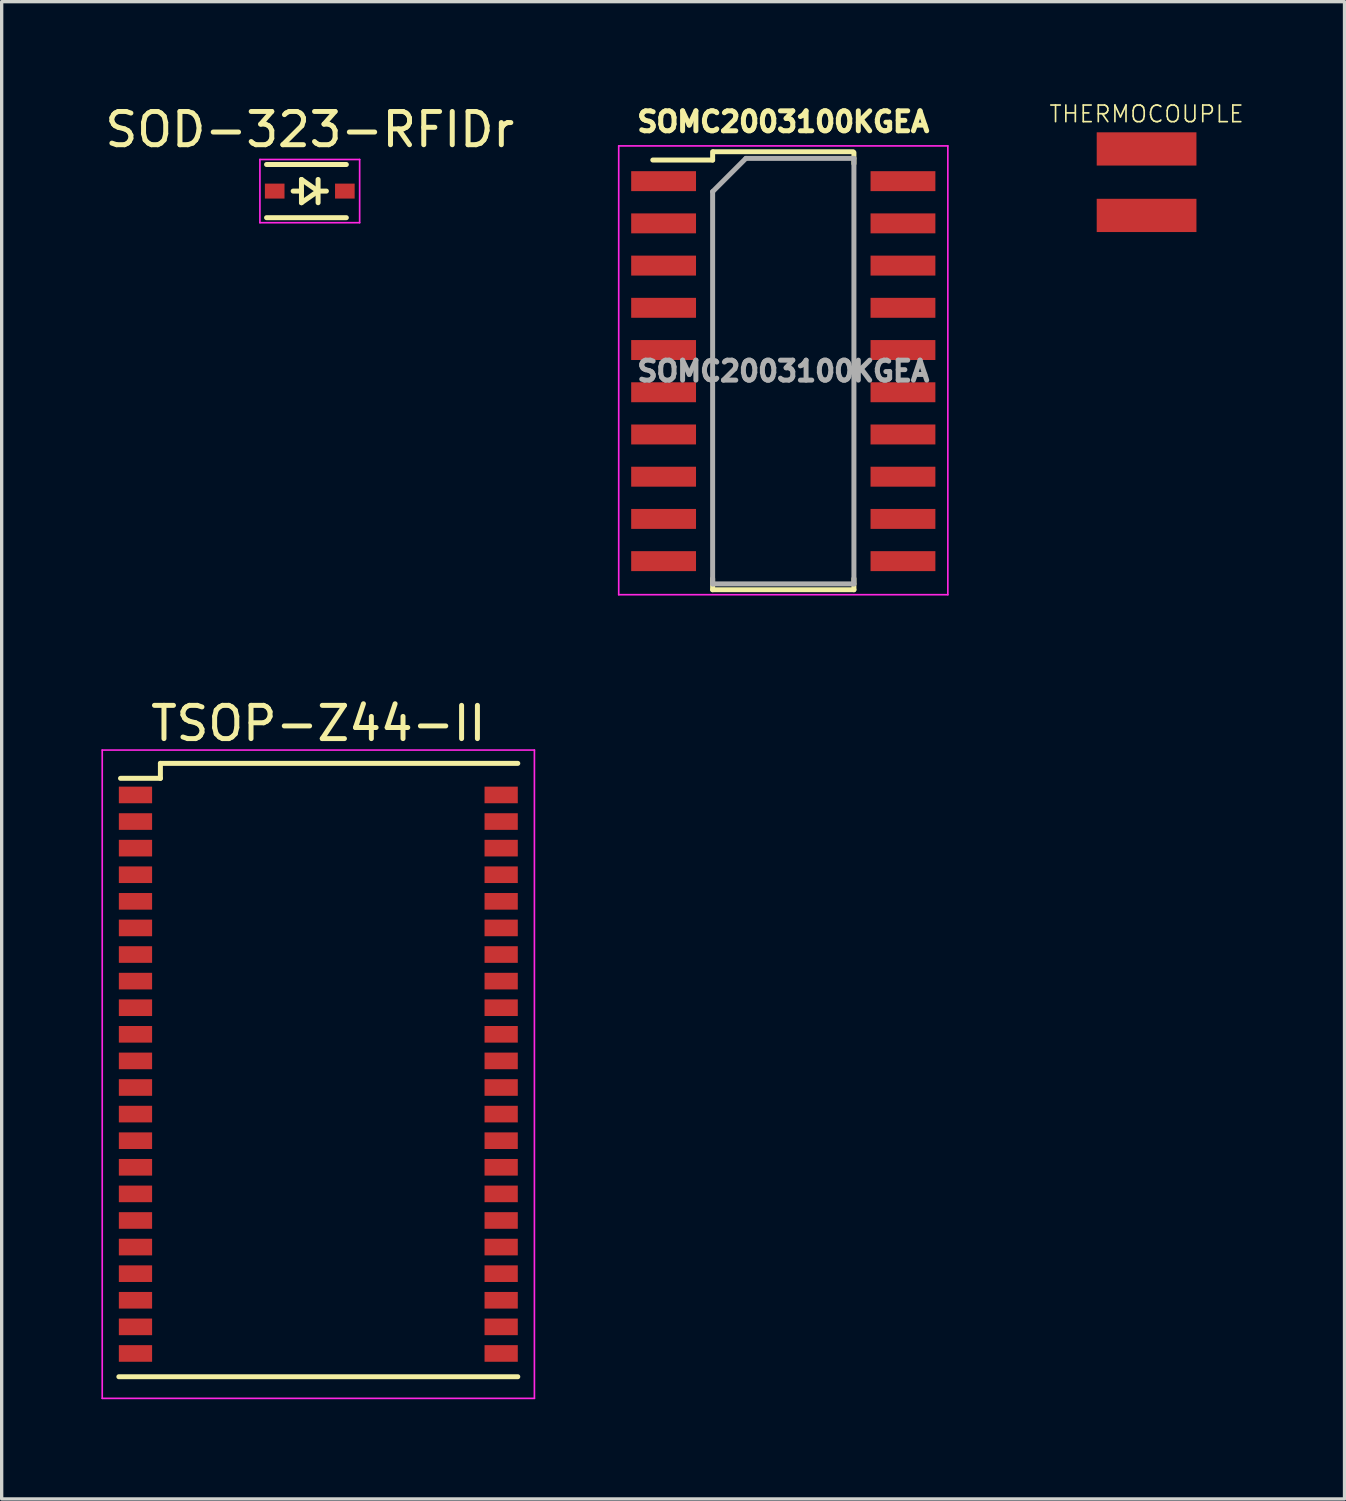
<source format=kicad_pcb>
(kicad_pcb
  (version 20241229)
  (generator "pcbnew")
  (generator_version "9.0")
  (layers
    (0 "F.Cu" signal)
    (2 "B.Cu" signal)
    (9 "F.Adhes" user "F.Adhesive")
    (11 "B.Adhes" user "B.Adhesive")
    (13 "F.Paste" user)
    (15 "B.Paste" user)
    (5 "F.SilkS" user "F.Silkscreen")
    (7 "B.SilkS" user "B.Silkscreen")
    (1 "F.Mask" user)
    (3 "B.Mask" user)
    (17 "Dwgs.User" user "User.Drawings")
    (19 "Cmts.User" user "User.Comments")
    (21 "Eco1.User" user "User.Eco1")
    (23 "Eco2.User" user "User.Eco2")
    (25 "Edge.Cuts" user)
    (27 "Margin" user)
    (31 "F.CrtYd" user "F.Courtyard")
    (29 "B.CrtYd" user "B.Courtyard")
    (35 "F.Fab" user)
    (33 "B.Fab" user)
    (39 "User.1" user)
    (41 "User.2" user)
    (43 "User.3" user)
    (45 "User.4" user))
  (footprint "SOMC2003100KGEA"
    (layer "F.Cu")
    (at 20.511 8.114)
    (property "Reference" "SOMC2003100KGEA" (at 0 -7.5 0) (layer "F.SilkS") (effects (font (size 0.6 0.6) (thickness 0.15))))
    (attr smd)
    (fp_line (start -2.125 -6.6) (end -2.125 -6.35) (stroke (width 0.15) (type solid)) (layer "F.SilkS"))
    (fp_line (start -2.125 -6.35) (end -3.925 -6.35) (stroke (width 0.15) (type solid)) (layer "F.SilkS"))
    (fp_line (start -2.125 6.575) (end -2.125 6.24) (stroke (width 0.15) (type solid)) (layer "F.SilkS"))
    (fp_line (start -2.125 6.575) (end 2.125 6.575) (stroke (width 0.15) (type solid)) (layer "F.SilkS"))
    (fp_line (start -2.1 -6.6) (end 2.1 -6.6) (stroke (width 0.15) (type solid)) (layer "F.SilkS"))
    (fp_line (start 2.125 -6.575) (end 2.125 -6.24) (stroke (width 0.15) (type solid)) (layer "F.SilkS"))
    (fp_line (start 2.125 6.575) (end 2.125 6.24) (stroke (width 0.15) (type solid)) (layer "F.SilkS"))
    (fp_line (start -4.95 -6.775) (end -4.95 6.725) (stroke (width 0.05) (type solid)) (layer "F.CrtYd"))
    (fp_line (start -4.95 -6.775) (end 4.95 -6.775) (stroke (width 0.05) (type solid)) (layer "F.CrtYd"))
    (fp_line (start -4.95 6.725) (end 4.95 6.725) (stroke (width 0.05) (type solid)) (layer "F.CrtYd"))
    (fp_line (start 4.95 -6.775) (end 4.95 6.725) (stroke (width 0.05) (type solid)) (layer "F.CrtYd"))
    (fp_line (start -2.125 -5.4) (end -1.125 -6.4) (stroke (width 0.15) (type solid)) (layer "F.Fab"))
    (fp_line (start -2.125 6.4) (end -2.125 -5.4) (stroke (width 0.15) (type solid)) (layer "F.Fab"))
    (fp_line (start -1.125 -6.4) (end 2.125 -6.4) (stroke (width 0.15) (type solid)) (layer "F.Fab"))
    (fp_line (start 2.125 -6.4) (end 2.125 6.4) (stroke (width 0.15) (type solid)) (layer "F.Fab"))
    (fp_line (start 2.125 6.4) (end -2.125 6.4) (stroke (width 0.15) (type solid)) (layer "F.Fab"))
    (fp_text user "${REFERENCE}" (at 0 0 0) (layer "F.Fab") (effects (font (size 0.6 0.6) (thickness 0.15))))
    (pad "1" smd rect (at -3.6 -5.715) (size 1.95 0.6) (layers "F.Cu" "F.Mask" "F.Paste"))
    (pad "2" smd rect (at -3.6 -4.445) (size 1.95 0.6) (layers "F.Cu" "F.Mask" "F.Paste"))
    (pad "3" smd rect (at -3.6 -3.175) (size 1.95 0.6) (layers "F.Cu" "F.Mask" "F.Paste"))
    (pad "4" smd rect (at -3.6 -1.905) (size 1.95 0.6) (layers "F.Cu" "F.Mask" "F.Paste"))
    (pad "5" smd rect (at -3.6 -0.635) (size 1.95 0.6) (layers "F.Cu" "F.Mask" "F.Paste"))
    (pad "6" smd rect (at -3.6 0.635) (size 1.95 0.6) (layers "F.Cu" "F.Mask" "F.Paste"))
    (pad "7" smd rect (at -3.6 1.905) (size 1.95 0.6) (layers "F.Cu" "F.Mask" "F.Paste"))
    (pad "8" smd rect (at -3.6 3.175) (size 1.95 0.6) (layers "F.Cu" "F.Mask" "F.Paste"))
    (pad "9" smd rect (at -3.6 4.445) (size 1.95 0.6) (layers "F.Cu" "F.Mask" "F.Paste"))
    (pad "10" smd rect (at -3.6 5.715) (size 1.95 0.6) (layers "F.Cu" "F.Mask" "F.Paste"))
    (pad "11" smd rect (at 3.6 5.715) (size 1.95 0.6) (layers "F.Cu" "F.Mask" "F.Paste"))
    (pad "12" smd rect (at 3.6 4.445) (size 1.95 0.6) (layers "F.Cu" "F.Mask" "F.Paste"))
    (pad "13" smd rect (at 3.6 3.175) (size 1.95 0.6) (layers "F.Cu" "F.Mask" "F.Paste"))
    (pad "14" smd rect (at 3.6 1.905) (size 1.95 0.6) (layers "F.Cu" "F.Mask" "F.Paste"))
    (pad "15" smd rect (at 3.6 0.635) (size 1.95 0.6) (layers "F.Cu" "F.Mask" "F.Paste"))
    (pad "16" smd rect (at 3.6 -0.635) (size 1.95 0.6) (layers "F.Cu" "F.Mask" "F.Paste"))
    (pad "17" smd rect (at 3.6 -1.905) (size 1.95 0.6) (layers "F.Cu" "F.Mask" "F.Paste"))
    (pad "18" smd rect (at 3.6 -3.175) (size 1.95 0.6) (layers "F.Cu" "F.Mask" "F.Paste"))
    (pad "19" smd rect (at 3.6 -4.445) (size 1.95 0.6) (layers "F.Cu" "F.Mask" "F.Paste"))
    (pad "20" smd rect (at 3.6 -5.715) (size 1.95 0.6) (layers "F.Cu" "F.Mask" "F.Paste")))
  (footprint "SOD-323-RFIDr"
    (layer "F.Cu")
    (at 6.268 2.698)
    (property "Reference" "SOD-323-RFIDr" (at 0 -1.85 0) (layer "F.SilkS") (effects (font (size 1 1) (thickness 0.15))))
    (attr smd)
    (fp_line (start -1.3 -0.8) (end 1.1 -0.8) (stroke (width 0.15) (type solid)) (layer "F.SilkS"))
    (fp_line (start -1.3 0.8) (end 1.1 0.8) (stroke (width 0.15) (type solid)) (layer "F.SilkS"))
    (fp_line (start -0.25 -0.35) (end -0.25 0.35) (stroke (width 0.15) (type solid)) (layer "F.SilkS"))
    (fp_line (start -0.25 0) (end -0.5 0) (stroke (width 0.15) (type solid)) (layer "F.SilkS"))
    (fp_line (start -0.25 0.35) (end 0.25 0) (stroke (width 0.15) (type solid)) (layer "F.SilkS"))
    (fp_line (start 0.25 -0.35) (end 0.25 0.35) (stroke (width 0.15) (type solid)) (layer "F.SilkS"))
    (fp_line (start 0.25 0) (end -0.25 -0.35) (stroke (width 0.15) (type solid)) (layer "F.SilkS"))
    (fp_line (start 0.25 0) (end 0.5 0) (stroke (width 0.15) (type solid)) (layer "F.SilkS"))
    (fp_line (start -1.5 -0.95) (end -1.5 0.95) (stroke (width 0.05) (type solid)) (layer "F.CrtYd"))
    (fp_line (start -1.5 -0.95) (end 1.5 -0.95) (stroke (width 0.05) (type solid)) (layer "F.CrtYd"))
    (fp_line (start -1.5 0.95) (end 1.5 0.95) (stroke (width 0.05) (type solid)) (layer "F.CrtYd"))
    (fp_line (start 1.5 -0.95) (end 1.5 0.95) (stroke (width 0.05) (type solid)) (layer "F.CrtYd"))
    (pad "1" smd rect (at -1.055 0) (size 0.59 0.45) (layers "F.Cu" "F.Mask" "F.Paste"))
    (pad "2" smd rect (at 1.055 0) (size 0.59 0.45) (layers "F.Cu" "F.Mask" "F.Paste")))
  (footprint "TSOP-Z44-II"
    (layer "F.Cu")
    (at 6.525 29.262)
    (property "Reference" "TSOP-Z44-II" (at 0 -10.55 0) (layer "F.SilkS") (effects (font (size 1 1) (thickness 0.15))))
    (attr smd)
    (fp_line (start -6 9.1) (end 6 9.1) (stroke (width 0.15) (type solid)) (layer "F.SilkS"))
    (fp_line (start -5.95 -8.9) (end -4.75 -8.9) (stroke (width 0.15) (type solid)) (layer "F.SilkS"))
    (fp_line (start -4.75 -9.35) (end 6 -9.35) (stroke (width 0.15) (type solid)) (layer "F.SilkS"))
    (fp_line (start -4.75 -8.9) (end -4.75 -9.35) (stroke (width 0.15) (type solid)) (layer "F.SilkS"))
    (fp_line (start -6.5 -9.75) (end 6.5 -9.75) (stroke (width 0.05) (type solid)) (layer "F.CrtYd"))
    (fp_line (start -6.5 9.75) (end -6.5 -9.75) (stroke (width 0.05) (type solid)) (layer "F.CrtYd"))
    (fp_line (start -6.5 9.75) (end 6.5 9.75) (stroke (width 0.05) (type solid)) (layer "F.CrtYd"))
    (fp_line (start 6.5 -9.75) (end 6.5 9.75) (stroke (width 0.05) (type solid)) (layer "F.CrtYd"))
    (pad "1" smd rect (at -5.5 -8.4) (size 1 0.5) (layers "F.Cu" "F.Mask" "F.Paste"))
    (pad "2" smd rect (at -5.5 -7.6) (size 1 0.5) (layers "F.Cu" "F.Mask" "F.Paste"))
    (pad "3" smd rect (at -5.5 -6.8) (size 1 0.5) (layers "F.Cu" "F.Mask" "F.Paste"))
    (pad "4" smd rect (at -5.5 -6) (size 1 0.5) (layers "F.Cu" "F.Mask" "F.Paste"))
    (pad "5" smd rect (at -5.5 -5.2) (size 1 0.5) (layers "F.Cu" "F.Mask" "F.Paste"))
    (pad "6" smd rect (at -5.5 -4.4) (size 1 0.5) (layers "F.Cu" "F.Mask" "F.Paste"))
    (pad "7" smd rect (at -5.5 -3.6) (size 1 0.5) (layers "F.Cu" "F.Mask" "F.Paste"))
    (pad "8" smd rect (at -5.5 -2.8) (size 1 0.5) (layers "F.Cu" "F.Mask" "F.Paste"))
    (pad "9" smd rect (at -5.5 -2) (size 1 0.5) (layers "F.Cu" "F.Mask" "F.Paste"))
    (pad "10" smd rect (at -5.5 -1.2) (size 1 0.5) (layers "F.Cu" "F.Mask" "F.Paste"))
    (pad "11" smd rect (at -5.5 -0.4) (size 1 0.5) (layers "F.Cu" "F.Mask" "F.Paste"))
    (pad "12" smd rect (at -5.5 0.4) (size 1 0.5) (layers "F.Cu" "F.Mask" "F.Paste"))
    (pad "13" smd rect (at -5.5 1.2) (size 1 0.5) (layers "F.Cu" "F.Mask" "F.Paste"))
    (pad "14" smd rect (at -5.5 2) (size 1 0.5) (layers "F.Cu" "F.Mask" "F.Paste"))
    (pad "15" smd rect (at -5.5 2.8) (size 1 0.5) (layers "F.Cu" "F.Mask" "F.Paste"))
    (pad "16" smd rect (at -5.5 3.6) (size 1 0.5) (layers "F.Cu" "F.Mask" "F.Paste"))
    (pad "17" smd rect (at -5.5 4.4) (size 1 0.5) (layers "F.Cu" "F.Mask" "F.Paste"))
    (pad "18" smd rect (at -5.5 5.2) (size 1 0.5) (layers "F.Cu" "F.Mask" "F.Paste"))
    (pad "19" smd rect (at -5.5 6) (size 1 0.5) (layers "F.Cu" "F.Mask" "F.Paste"))
    (pad "20" smd rect (at -5.5 6.8) (size 1 0.5) (layers "F.Cu" "F.Mask" "F.Paste"))
    (pad "21" smd rect (at -5.5 7.6) (size 1 0.5) (layers "F.Cu" "F.Mask" "F.Paste"))
    (pad "22" smd rect (at -5.5 8.4) (size 1 0.5) (layers "F.Cu" "F.Mask" "F.Paste"))
    (pad "23" smd rect (at 5.5 8.4) (size 1 0.5) (layers "F.Cu" "F.Mask" "F.Paste"))
    (pad "24" smd rect (at 5.5 7.6) (size 1 0.5) (layers "F.Cu" "F.Mask" "F.Paste"))
    (pad "25" smd rect (at 5.5 6.8) (size 1 0.5) (layers "F.Cu" "F.Mask" "F.Paste"))
    (pad "26" smd rect (at 5.5 6) (size 1 0.5) (layers "F.Cu" "F.Mask" "F.Paste"))
    (pad "27" smd rect (at 5.5 5.2) (size 1 0.5) (layers "F.Cu" "F.Mask" "F.Paste"))
    (pad "28" smd rect (at 5.5 4.4) (size 1 0.5) (layers "F.Cu" "F.Mask" "F.Paste"))
    (pad "29" smd rect (at 5.5 3.6) (size 1 0.5) (layers "F.Cu" "F.Mask" "F.Paste"))
    (pad "30" smd rect (at 5.5 2.8) (size 1 0.5) (layers "F.Cu" "F.Mask" "F.Paste"))
    (pad "31" smd rect (at 5.5 2) (size 1 0.5) (layers "F.Cu" "F.Mask" "F.Paste"))
    (pad "32" smd rect (at 5.5 1.2) (size 1 0.5) (layers "F.Cu" "F.Mask" "F.Paste"))
    (pad "33" smd rect (at 5.5 0.4) (size 1 0.5) (layers "F.Cu" "F.Mask" "F.Paste"))
    (pad "34" smd rect (at 5.5 -0.4) (size 1 0.5) (layers "F.Cu" "F.Mask" "F.Paste"))
    (pad "35" smd rect (at 5.5 -1.2) (size 1 0.5) (layers "F.Cu" "F.Mask" "F.Paste"))
    (pad "36" smd rect (at 5.5 -2) (size 1 0.5) (layers "F.Cu" "F.Mask" "F.Paste"))
    (pad "37" smd rect (at 5.5 -2.8) (size 1 0.5) (layers "F.Cu" "F.Mask" "F.Paste"))
    (pad "38" smd rect (at 5.5 -3.6) (size 1 0.5) (layers "F.Cu" "F.Mask" "F.Paste"))
    (pad "39" smd rect (at 5.5 -4.4) (size 1 0.5) (layers "F.Cu" "F.Mask" "F.Paste"))
    (pad "40" smd rect (at 5.5 -5.2) (size 1 0.5) (layers "F.Cu" "F.Mask" "F.Paste"))
    (pad "41" smd rect (at 5.5 -6) (size 1 0.5) (layers "F.Cu" "F.Mask" "F.Paste"))
    (pad "42" smd rect (at 5.5 -6.8) (size 1 0.5) (layers "F.Cu" "F.Mask" "F.Paste"))
    (pad "43" smd rect (at 5.5 -7.6) (size 1 0.5) (layers "F.Cu" "F.Mask" "F.Paste"))
    (pad "44" smd rect (at 5.5 -8.4) (size 1 0.5) (layers "F.Cu" "F.Mask" "F.Paste")))
  (footprint "THERMOCOUPLE"
    (layer "F.Cu")
    (at 31.439 2.43)
    (property "Reference" "THERMOCOUPLE" (at 0 -2.05 0) (layer "F.SilkS") (effects (font (size 0.5 0.5) (thickness 0.05))))
    (attr through_hole)
    (pad "1" smd rect (at 0 -1 180) (size 3 1) (layers "F.Cu" "F.Mask" "F.Paste"))
    (pad "2" smd rect (at 0 1 180) (size 3 1) (layers "F.Cu" "F.Mask" "F.Paste")))
  (gr_rect
    (start -3 -3)
    (end 37.393 42.038)
    (stroke (width 0.1) (type default))
    (fill no)
    (layer "Edge.Cuts")))
</source>
